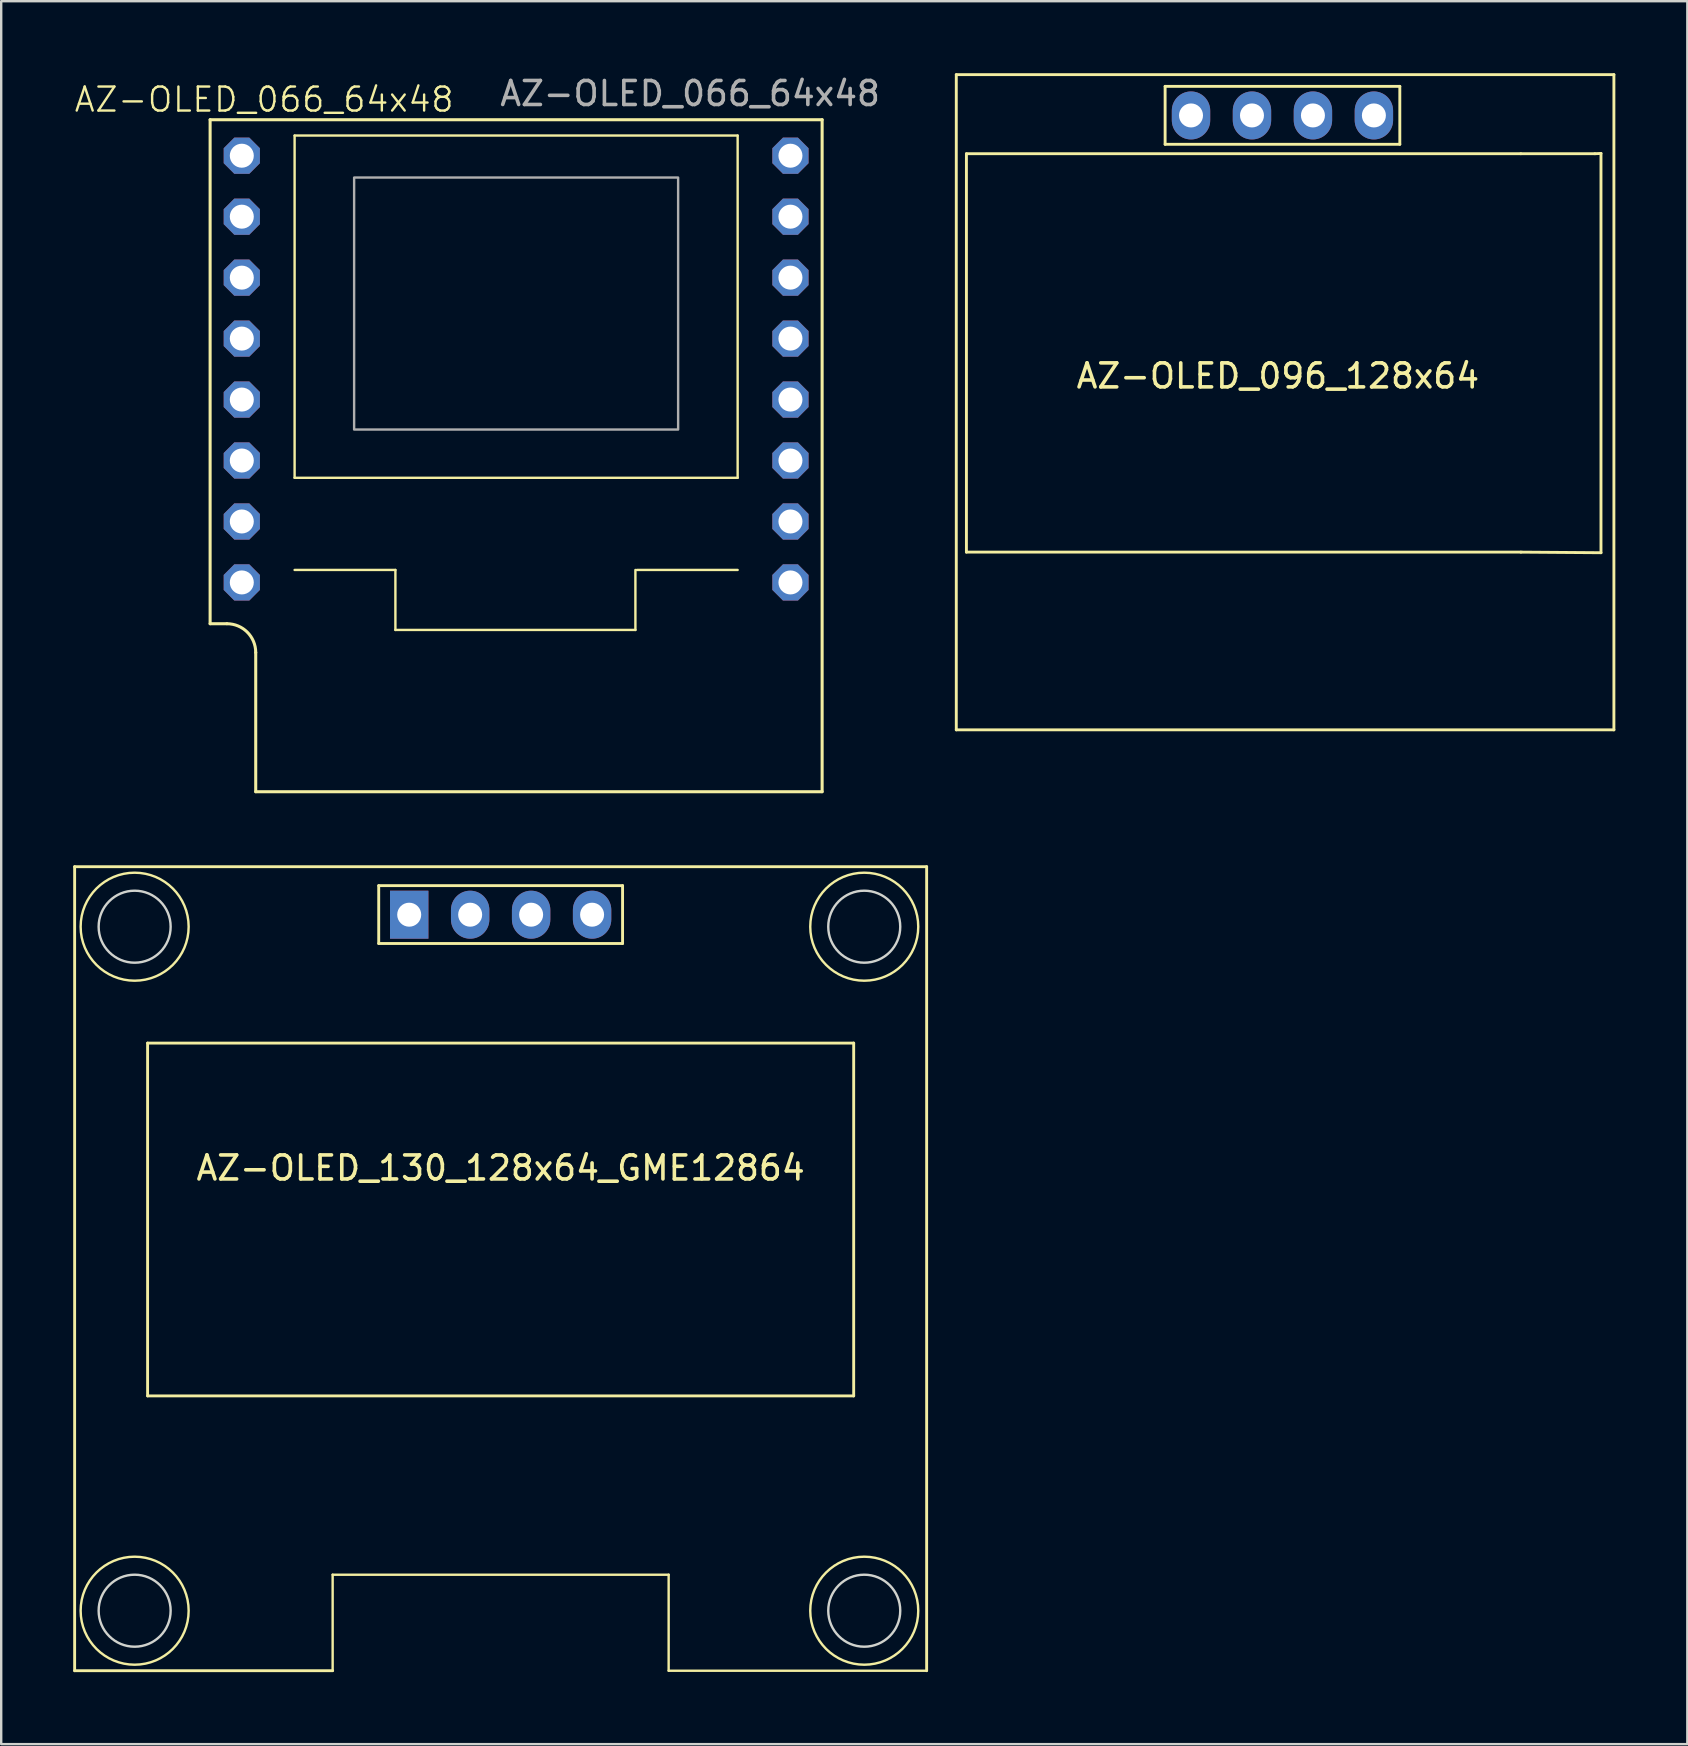
<source format=kicad_pcb>
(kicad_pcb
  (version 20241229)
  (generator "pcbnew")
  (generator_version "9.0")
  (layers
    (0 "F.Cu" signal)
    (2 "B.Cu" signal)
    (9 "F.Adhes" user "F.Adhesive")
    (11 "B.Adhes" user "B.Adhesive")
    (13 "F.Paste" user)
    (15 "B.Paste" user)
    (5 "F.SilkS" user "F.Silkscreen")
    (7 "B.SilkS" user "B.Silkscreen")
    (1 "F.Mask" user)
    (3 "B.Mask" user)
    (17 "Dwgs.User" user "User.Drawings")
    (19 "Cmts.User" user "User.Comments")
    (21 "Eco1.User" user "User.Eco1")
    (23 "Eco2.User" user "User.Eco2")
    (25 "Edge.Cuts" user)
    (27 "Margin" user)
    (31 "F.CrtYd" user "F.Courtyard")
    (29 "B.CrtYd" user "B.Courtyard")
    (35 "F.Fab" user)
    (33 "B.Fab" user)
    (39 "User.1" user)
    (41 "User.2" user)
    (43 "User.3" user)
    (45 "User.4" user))
  (footprint "AZ-OLED_096_128x64"
    (layer "F.Cu")
    (at 50.195 12.36)
    (property "Reference" "AZ-OLED_096_128x64" (at 0 0.254 0) (layer "F.SilkS") (effects (font (size 1 1) (thickness 0.15))))
    (attr through_hole)
    (fp_line (start -13.4 -12.3) (end 14 -12.3) (stroke (width 0.12) (type solid)) (layer "F.SilkS"))
    (fp_line (start -13.4 15) (end -13.4 -12.3) (stroke (width 0.12) (type solid)) (layer "F.SilkS"))
    (fp_line (start -12.978 -9.005) (end 10.122 -9.005) (stroke (width 0.12) (type solid)) (layer "F.SilkS"))
    (fp_line (start -12.978 7.595) (end -12.978 -9.005) (stroke (width 0.12) (type solid)) (layer "F.SilkS"))
    (fp_line (start -4.699 -11.811) (end -4.699 -9.398) (stroke (width 0.12) (type solid)) (layer "F.SilkS"))
    (fp_line (start -4.699 -11.811) (end 5.08 -11.811) (stroke (width 0.12) (type solid)) (layer "F.SilkS"))
    (fp_line (start 5.08 -11.811) (end 5.08 -9.398) (stroke (width 0.12) (type solid)) (layer "F.SilkS"))
    (fp_line (start 5.08 -9.398) (end -4.699 -9.398) (stroke (width 0.12) (type solid)) (layer "F.SilkS"))
    (fp_line (start 10.122 -9.005) (end 13.208 -9.005) (stroke (width 0.12) (type solid)) (layer "F.SilkS"))
    (fp_line (start 10.122 7.595) (end -12.978 7.595) (stroke (width 0.12) (type solid)) (layer "F.SilkS"))
    (fp_line (start 10.122 7.595) (end 13.462 7.62) (stroke (width 0.12) (type solid)) (layer "F.SilkS"))
    (fp_line (start 13.462 -9.017) (end 13.208 -9.005) (stroke (width 0.12) (type solid)) (layer "F.SilkS"))
    (fp_line (start 13.462 7.62) (end 13.462 -9.017) (stroke (width 0.12) (type solid)) (layer "F.SilkS"))
    (fp_line (start 14 -12.3) (end 14 15) (stroke (width 0.12) (type solid)) (layer "F.SilkS"))
    (fp_line (start 14 15) (end -13.4 15) (stroke (width 0.12) (type solid)) (layer "F.SilkS"))
    (pad "1" thru_hole oval (at -3.62 -10.6 90) (size 2 1.6) (drill 1) (layers "*.Cu" "*.Mask"))
    (pad "2" thru_hole oval (at -1.08 -10.6 90) (size 2 1.6) (drill 1) (layers "*.Cu" "*.Mask"))
    (pad "3" thru_hole oval (at 1.46 -10.6 90) (size 2 1.6) (drill 1) (layers "*.Cu" "*.Mask"))
    (pad "4" thru_hole oval (at 4 -10.6 90) (size 2 1.6) (drill 1) (layers "*.Cu" "*.Mask")))
  (footprint "AZ-OLED_066_64x48"
    (layer "F.Cu")
    (at 18.455 13.598)
    (property "Reference" "AZ-OLED_066_64x48" (at -10.5 -12.5 0) (unlocked yes) (layer "F.SilkS") (effects (font (size 1 1) (thickness 0.1))))
    (attr through_hole)
    (fp_line (start -12.75 -11.66) (end -12.75 9.34) (stroke (width 0.127) (type solid)) (layer "F.SilkS"))
    (fp_line (start -12.75 -11.66) (end 12.75 -11.66) (stroke (width 0.127) (type solid)) (layer "F.SilkS"))
    (fp_line (start -12.05 9.34) (end -12.75 9.34) (stroke (width 0.127) (type solid)) (layer "F.SilkS"))
    (fp_line (start -10.85 16.34) (end -10.85 10.54) (stroke (width 0.127) (type solid)) (layer "F.SilkS"))
    (fp_line (start -9.23 -11) (end -9.23 3.26) (stroke (width 0.1) (type default)) (layer "F.SilkS"))
    (fp_line (start -9.23 7.1) (end -5.03 7.1) (stroke (width 0.1) (type default)) (layer "F.SilkS"))
    (fp_line (start -5.03 7.1) (end -5.03 9.6) (stroke (width 0.1) (type default)) (layer "F.SilkS"))
    (fp_line (start -5.03 9.6) (end 4.97 9.6) (stroke (width 0.1) (type default)) (layer "F.SilkS"))
    (fp_line (start 4.97 9.6) (end 4.97 7.1) (stroke (width 0.1) (type default)) (layer "F.SilkS"))
    (fp_line (start 5.03 7.1) (end 9.23 7.1) (stroke (width 0.1) (type default)) (layer "F.SilkS"))
    (fp_line (start 9.23 -11) (end -9.23 -11) (stroke (width 0.1) (type default)) (layer "F.SilkS"))
    (fp_line (start 9.23 3.26) (end -9.23 3.26) (stroke (width 0.1) (type default)) (layer "F.SilkS"))
    (fp_line (start 9.23 3.26) (end 9.23 -11) (stroke (width 0.1) (type default)) (layer "F.SilkS"))
    (fp_line (start 12.75 -11.66) (end 12.75 16.34) (stroke (width 0.127) (type solid)) (layer "F.SilkS"))
    (fp_line (start 12.75 16.34) (end -10.85 16.34) (stroke (width 0.127) (type solid)) (layer "F.SilkS"))
    (fp_arc (start -12.05 9.34) (mid -11.201472 9.691472) (end -10.85 10.54) (stroke (width 0.127) (type solid)) (layer "F.SilkS"))
    (fp_poly (pts (xy -6.75 1.25) (xy 6.75 1.25) (xy 6.75 -9.25) (xy -6.75 -9.25)) (stroke (width 0.1) (type default)) (fill no) (layer "F.Fab"))
    (fp_text user "${REFERENCE}" (at 7.25 -12.75 0) (unlocked yes) (layer "F.Fab") (effects (font (size 1 1) (thickness 0.15))))
    (pad "1" thru_hole roundrect (at -11.43 -10.16) (size 1.508 1.508) (drill 1) (layers "*.Cu" "*.Mask") (roundrect_rratio 0.25) (chamfer_ratio 0.293) (chamfer top_left top_right bottom_left bottom_right))
    (pad "2" thru_hole roundrect (at -11.43 -7.62) (size 1.508 1.508) (drill 1) (layers "*.Cu" "*.Mask") (roundrect_rratio 0.25) (chamfer_ratio 0.293) (chamfer top_left top_right bottom_left bottom_right))
    (pad "3" thru_hole roundrect (at -11.43 -5.08) (size 1.508 1.508) (drill 1) (layers "*.Cu" "*.Mask") (roundrect_rratio 0.25) (chamfer_ratio 0.293) (chamfer top_left top_right bottom_left bottom_right))
    (pad "4" thru_hole roundrect (at -11.43 -2.54) (size 1.508 1.508) (drill 1) (layers "*.Cu" "*.Mask") (roundrect_rratio 0.25) (chamfer_ratio 0.293) (chamfer top_left top_right bottom_left bottom_right))
    (pad "5" thru_hole roundrect (at -11.43 0) (size 1.508 1.508) (drill 1) (layers "*.Cu" "*.Mask") (roundrect_rratio 0.25) (chamfer_ratio 0.293) (chamfer top_left top_right bottom_left bottom_right))
    (pad "6" thru_hole roundrect (at -11.43 2.54) (size 1.508 1.508) (drill 1) (layers "*.Cu" "*.Mask") (roundrect_rratio 0.25) (chamfer_ratio 0.293) (chamfer top_left top_right bottom_left bottom_right))
    (pad "7" thru_hole roundrect (at -11.43 5.08) (size 1.508 1.508) (drill 1) (layers "*.Cu" "*.Mask") (roundrect_rratio 0.25) (chamfer_ratio 0.293) (chamfer top_left top_right bottom_left bottom_right))
    (pad "8" thru_hole roundrect (at -11.43 7.62) (size 1.508 1.508) (drill 1) (layers "*.Cu" "*.Mask") (roundrect_rratio 0.25) (chamfer_ratio 0.293) (chamfer top_left top_right bottom_left bottom_right))
    (pad "9" thru_hole roundrect (at 11.43 7.62) (size 1.508 1.508) (drill 1) (layers "*.Cu" "*.Mask") (roundrect_rratio 0.25) (chamfer_ratio 0.293) (chamfer top_left top_right bottom_left bottom_right))
    (pad "10" thru_hole roundrect (at 11.43 5.08) (size 1.508 1.508) (drill 1) (layers "*.Cu" "*.Mask") (roundrect_rratio 0.25) (chamfer_ratio 0.293) (chamfer top_left top_right bottom_left bottom_right))
    (pad "11" thru_hole roundrect (at 11.43 2.54) (size 1.508 1.508) (drill 1) (layers "*.Cu" "*.Mask") (roundrect_rratio 0.25) (chamfer_ratio 0.293) (chamfer top_left top_right bottom_left bottom_right))
    (pad "12" thru_hole roundrect (at 11.43 0) (size 1.508 1.508) (drill 1) (layers "*.Cu" "*.Mask") (roundrect_rratio 0.25) (chamfer_ratio 0.293) (chamfer top_left top_right bottom_left bottom_right))
    (pad "13" thru_hole roundrect (at 11.43 -2.54) (size 1.508 1.508) (drill 1) (layers "*.Cu" "*.Mask") (roundrect_rratio 0.25) (chamfer_ratio 0.293) (chamfer top_left top_right bottom_left bottom_right))
    (pad "14" thru_hole roundrect (at 11.43 -5.08) (size 1.508 1.508) (drill 1) (layers "*.Cu" "*.Mask") (roundrect_rratio 0.25) (chamfer_ratio 0.293) (chamfer top_left top_right bottom_left bottom_right))
    (pad "15" thru_hole roundrect (at 11.43 -7.62) (size 1.508 1.508) (drill 1) (layers "*.Cu" "*.Mask") (roundrect_rratio 0.25) (chamfer_ratio 0.293) (chamfer top_left top_right bottom_left bottom_right))
    (pad "16" thru_hole roundrect (at 11.43 -10.16) (size 1.508 1.508) (drill 1) (layers "*.Cu" "*.Mask") (roundrect_rratio 0.25) (chamfer_ratio 0.293) (chamfer top_left top_right bottom_left bottom_right)))
  (footprint "AZ-OLED_130_128x64_GME12864"
    (layer "F.Cu")
    (at 17.81 45.362)
    (property "Reference" "AZ-OLED_130_128x64_GME12864" (at 0 0.254 0) (layer "F.SilkS") (effects (font (size 1 1) (thickness 0.15))))
    (attr through_hole)
    (fp_line (start -17.75 -12.3) (end 17.75 -12.3) (stroke (width 0.12) (type solid)) (layer "F.SilkS"))
    (fp_line (start -17.75 21.2) (end -17.75 -12.3) (stroke (width 0.12) (type solid)) (layer "F.SilkS"))
    (fp_line (start -14.71 -4.95) (end 14.71 -4.95) (stroke (width 0.12) (type solid)) (layer "F.SilkS"))
    (fp_line (start -14.71 9.75) (end -14.71 -4.95) (stroke (width 0.12) (type solid)) (layer "F.SilkS"))
    (fp_line (start -7 17.2) (end 7 17.2) (stroke (width 0.1) (type default)) (layer "F.SilkS"))
    (fp_line (start -7 21.2) (end -17.75 21.2) (stroke (width 0.12) (type solid)) (layer "F.SilkS"))
    (fp_line (start -7 21.2) (end -7 17.2) (stroke (width 0.1) (type default)) (layer "F.SilkS"))
    (fp_line (start -5.08 -11.511) (end -5.08 -9.1) (stroke (width 0.12) (type solid)) (layer "F.SilkS"))
    (fp_line (start -5.08 -11.511) (end 5.08 -11.511) (stroke (width 0.12) (type solid)) (layer "F.SilkS"))
    (fp_line (start 5.08 -11.511) (end 5.08 -9.1) (stroke (width 0.12) (type solid)) (layer "F.SilkS"))
    (fp_line (start 5.08 -9.1) (end -5.08 -9.1) (stroke (width 0.12) (type solid)) (layer "F.SilkS"))
    (fp_line (start 7 21.2) (end 7 17.2) (stroke (width 0.1) (type default)) (layer "F.SilkS"))
    (fp_line (start 14.71 9.75) (end -14.71 9.75) (stroke (width 0.12) (type solid)) (layer "F.SilkS"))
    (fp_line (start 14.71 9.75) (end 14.71 -4.95) (stroke (width 0.12) (type solid)) (layer "F.SilkS"))
    (fp_line (start 17.75 -12.3) (end 17.75 21.2) (stroke (width 0.12) (type solid)) (layer "F.SilkS"))
    (fp_line (start 17.75 21.2) (end 7 21.2) (stroke (width 0.1) (type default)) (layer "F.SilkS"))
    (fp_circle (center -15.25 -9.8) (end -13 -9.8) (stroke (width 0.1) (type default)) (fill no) (layer "F.SilkS"))
    (fp_circle (center -15.25 18.7) (end -13 18.7) (stroke (width 0.1) (type default)) (fill no) (layer "F.SilkS"))
    (fp_circle (center 15.15 -9.8) (end 17.4 -9.8) (stroke (width 0.1) (type default)) (fill no) (layer "F.SilkS"))
    (fp_circle (center 15.15 18.7) (end 17.4 18.7) (stroke (width 0.1) (type default)) (fill no) (layer "F.SilkS"))
    (fp_circle (center -15.25 -9.8) (end -13.75 -9.8) (stroke (width 0.1) (type default)) (fill no) (layer "Edge.Cuts"))
    (fp_circle (center -15.25 18.7) (end -13.75 18.7) (stroke (width 0.1) (type default)) (fill no) (layer "Edge.Cuts"))
    (fp_circle (center 15.15 -9.8) (end 16.65 -9.8) (stroke (width 0.1) (type default)) (fill no) (layer "Edge.Cuts"))
    (fp_circle (center 15.15 18.7) (end 16.65 18.7) (stroke (width 0.1) (type default)) (fill no) (layer "Edge.Cuts"))
    (pad "1" thru_hole rect (at -3.81 -10.3 90) (size 2 1.6) (drill 1) (layers "*.Cu" "*.Mask"))
    (pad "2" thru_hole oval (at -1.27 -10.3 90) (size 2 1.6) (drill 1) (layers "*.Cu" "*.Mask"))
    (pad "3" thru_hole oval (at 1.27 -10.3 90) (size 2 1.6) (drill 1) (layers "*.Cu" "*.Mask"))
    (pad "4" thru_hole oval (at 3.81 -10.3 90) (size 2 1.6) (drill 1) (layers "*.Cu" "*.Mask")))
  (gr_rect
    (start -3 -3)
    (end 67.255 69.622)
    (stroke (width 0.1) (type default))
    (fill no)
    (layer "Edge.Cuts")))
</source>
